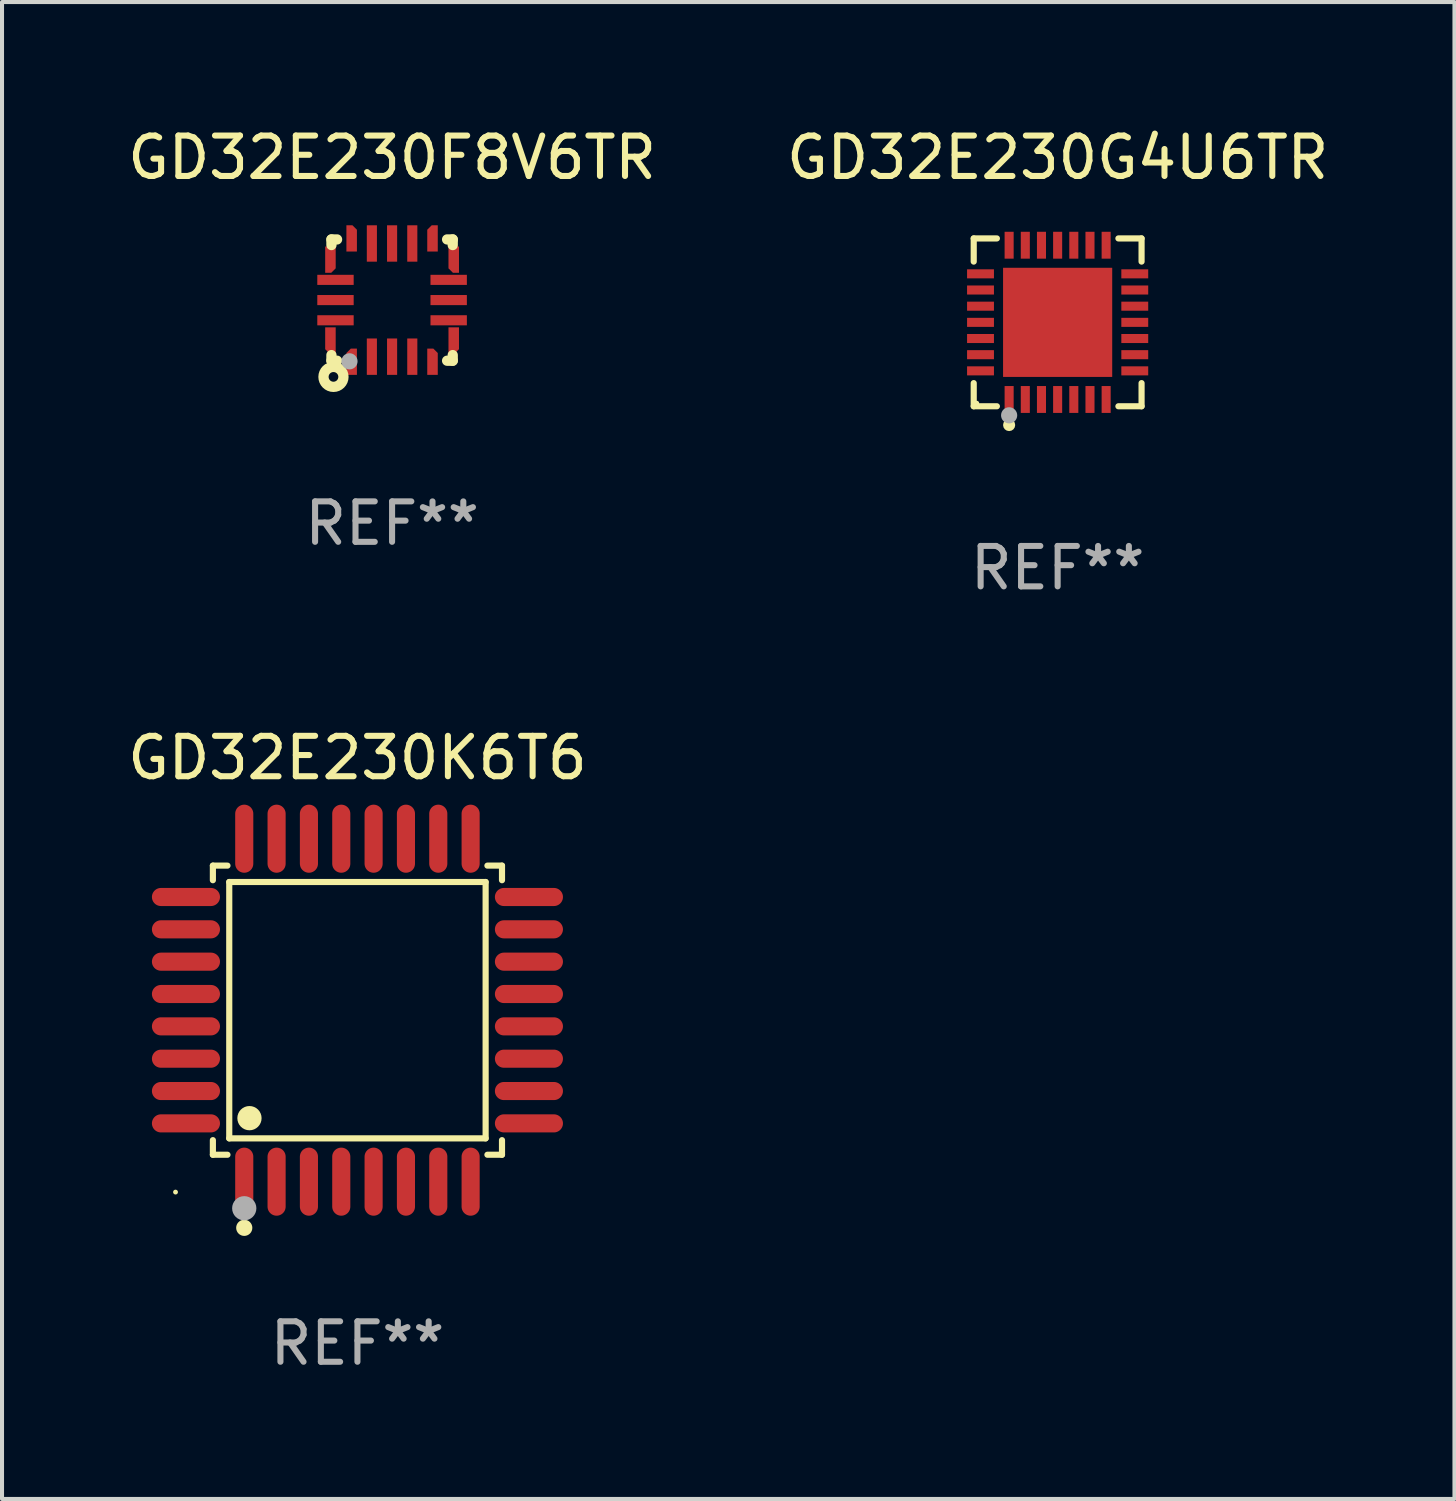
<source format=kicad_pcb>
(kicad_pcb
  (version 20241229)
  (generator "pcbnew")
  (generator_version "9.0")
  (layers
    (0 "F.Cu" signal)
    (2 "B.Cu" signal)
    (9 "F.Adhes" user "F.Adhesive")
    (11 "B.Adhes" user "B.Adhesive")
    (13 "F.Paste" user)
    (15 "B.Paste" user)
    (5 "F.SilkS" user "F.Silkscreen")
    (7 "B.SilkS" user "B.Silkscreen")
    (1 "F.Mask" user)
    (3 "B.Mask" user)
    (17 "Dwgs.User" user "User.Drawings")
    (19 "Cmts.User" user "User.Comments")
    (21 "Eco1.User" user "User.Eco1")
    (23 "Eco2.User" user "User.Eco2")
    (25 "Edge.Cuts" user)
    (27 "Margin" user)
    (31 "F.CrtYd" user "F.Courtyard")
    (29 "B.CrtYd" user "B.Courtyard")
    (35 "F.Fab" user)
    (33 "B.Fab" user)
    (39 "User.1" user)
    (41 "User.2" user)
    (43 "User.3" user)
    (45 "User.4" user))
  (footprint "GD32E230F8V6TR"
    (layer "F.Cu")
    (at 6.649 4.373)
    (property "Reference" "GD32E230F8V6TR" (at 0 -3.525 0) (layer "F.SilkS") (effects (font (size 1 1) (thickness 0.15))))
    (attr through_hole)
    (fp_line (start -1.5 -1.5) (end -1.361 -1.5) (stroke (width 0.254) (type solid)) (layer "F.SilkS"))
    (fp_line (start -1.5 -1.361) (end -1.5 -1.5) (stroke (width 0.254) (type solid)) (layer "F.SilkS"))
    (fp_line (start -1.5 1.5) (end -1.5 1.361) (stroke (width 0.254) (type solid)) (layer "F.SilkS"))
    (fp_line (start -1.361 1.5) (end -1.5 1.5) (stroke (width 0.254) (type solid)) (layer "F.SilkS"))
    (fp_line (start 1.361 -1.5) (end 1.5 -1.5) (stroke (width 0.254) (type solid)) (layer "F.SilkS"))
    (fp_line (start 1.5 -1.5) (end 1.5 -1.361) (stroke (width 0.254) (type solid)) (layer "F.SilkS"))
    (fp_line (start 1.5 1.361) (end 1.5 1.5) (stroke (width 0.254) (type solid)) (layer "F.SilkS"))
    (fp_line (start 1.5 1.5) (end 1.361 1.5) (stroke (width 0.254) (type solid)) (layer "F.SilkS"))
    (fp_circle (center -1.5 1.5) (end -1.47 1.5) (stroke (width 0.06) (type solid)) (fill no) (layer "F.SilkS"))
    (fp_circle (center -1.45 1.9) (end -1.33 1.9) (stroke (width 0.254) (type solid)) (fill no) (layer "F.SilkS"))
    (fp_circle (center -1.054 1.515) (end -0.954 1.515) (stroke (width 0.2) (type solid)) (fill no) (layer "F.Fab"))
    (fp_text user "REF**" (at 0 5.525 0) (layer "F.Fab") (effects (font (size 1 1) (thickness 0.15))))
    (pad "1" smd custom (at -1 1.525) (size 0.26 0.65) (layers "F.Cu" "F.Mask" "F.Paste") (options (anchor circle)) (primitives (gr_poly (pts (xy -0.13 0.325) (xy 0.13 0.325) (xy 0.13 -0.325) (xy -0.02 -0.325) (xy -0.13 -0.215)) (width 0) (fill yes))))
    (pad "2" smd rect (at -0.5 1.4) (size 0.25 0.9) (layers "F.Cu" "F.Mask" "F.Paste"))
    (pad "3" smd rect (at 0.000076 1.4) (size 0.25 0.9) (layers "F.Cu" "F.Mask" "F.Paste"))
    (pad "4" smd rect (at 0.5 1.4) (size 0.25 0.9) (layers "F.Cu" "F.Mask" "F.Paste"))
    (pad "5" smd custom (at 1 1.525) (size 0.26 0.65) (layers "F.Cu" "F.Mask" "F.Paste") (options (anchor circle)) (primitives (gr_poly (pts (xy 0.13 0.325) (xy -0.13 0.325) (xy -0.13 -0.325) (xy 0.02 -0.325) (xy 0.13 -0.215)) (width 0) (fill yes))))
    (pad "6" smd custom (at 1.525 1 90) (size 0.26 0.65) (layers "F.Cu" "F.Mask" "F.Paste") (options (anchor circle)) (primitives (gr_poly (pts (xy 0.325 0.13) (xy 0.325 -0.13) (xy -0.325 -0.13) (xy -0.325 0.02) (xy -0.215 0.13)) (width 0) (fill yes))))
    (pad "7" smd rect (at 1.4 0.5 90) (size 0.25 0.9) (layers "F.Cu" "F.Mask" "F.Paste"))
    (pad "8" smd rect (at 1.4 0.000025 90) (size 0.25 0.9) (layers "F.Cu" "F.Mask" "F.Paste"))
    (pad "9" smd rect (at 1.4 -0.5 90) (size 0.25 0.9) (layers "F.Cu" "F.Mask" "F.Paste"))
    (pad "10" smd custom (at 1.525 -1 90) (size 0.26 0.65) (layers "F.Cu" "F.Mask" "F.Paste") (options (anchor circle)) (primitives (gr_poly (pts (xy 0.325 -0.13) (xy 0.325 0.13) (xy -0.325 0.13) (xy -0.325 -0.02) (xy -0.215 -0.13)) (width 0) (fill yes))))
    (pad "11" smd custom (at 1 -1.525 180) (size 0.26 0.65) (layers "F.Cu" "F.Mask" "F.Paste") (options (anchor circle)) (primitives (gr_poly (pts (xy 0.13 -0.325) (xy -0.13 -0.325) (xy -0.13 0.325) (xy 0.02 0.325) (xy 0.13 0.215)) (width 0) (fill yes))))
    (pad "12" smd rect (at 0.5 -1.4 180) (size 0.25 0.9) (layers "F.Cu" "F.Mask" "F.Paste"))
    (pad "13" smd rect (at 0.000076 -1.4 180) (size 0.25 0.9) (layers "F.Cu" "F.Mask" "F.Paste"))
    (pad "14" smd rect (at -0.5 -1.4 180) (size 0.25 0.9) (layers "F.Cu" "F.Mask" "F.Paste"))
    (pad "15" smd custom (at -1 -1.525 180) (size 0.26 0.65) (layers "F.Cu" "F.Mask" "F.Paste") (options (anchor circle)) (primitives (gr_poly (pts (xy -0.13 -0.325) (xy 0.13 -0.325) (xy 0.13 0.325) (xy -0.02 0.325) (xy -0.13 0.215)) (width 0) (fill yes))))
    (pad "16" smd custom (at -1.525 -1 270) (size 0.26 0.65) (layers "F.Cu" "F.Mask" "F.Paste") (options (anchor circle)) (primitives (gr_poly (pts (xy -0.325 -0.13) (xy -0.325 0.13) (xy 0.325 0.13) (xy 0.325 -0.02) (xy 0.215 -0.13)) (width 0) (fill yes))))
    (pad "17" smd rect (at -1.4 -0.5 270) (size 0.25 0.9) (layers "F.Cu" "F.Mask" "F.Paste"))
    (pad "18" smd rect (at -1.4 0.000025 270) (size 0.25 0.9) (layers "F.Cu" "F.Mask" "F.Paste"))
    (pad "19" smd rect (at -1.4 0.5 270) (size 0.25 0.9) (layers "F.Cu" "F.Mask" "F.Paste"))
    (pad "20" smd custom (at -1.525 1 270) (size 0.26 0.65) (layers "F.Cu" "F.Mask" "F.Paste") (options (anchor circle)) (primitives (gr_poly (pts (xy -0.325 0.13) (xy -0.325 -0.13) (xy 0.325 -0.13) (xy 0.325 0.02) (xy 0.215 0.13)) (width 0) (fill yes)))))
  (footprint "GD32E230G4U6TR"
    (layer "F.Cu")
    (at 23.113 4.924)
    (property "Reference" "GD32E230G4U6TR" (at 0 -4.076 0) (layer "F.SilkS") (effects (font (size 1 1) (thickness 0.15))))
    (attr through_hole)
    (fp_line (start -2.076 -2.076) (end -1.503 -2.076) (stroke (width 0.152) (type solid)) (layer "F.SilkS"))
    (fp_line (start -2.076 -1.503) (end -2.076 -2.076) (stroke (width 0.152) (type solid)) (layer "F.SilkS"))
    (fp_line (start -2.076 1.503) (end -2.076 2.076) (stroke (width 0.152) (type solid)) (layer "F.SilkS"))
    (fp_line (start -2.076 2.076) (end -1.503 2.076) (stroke (width 0.152) (type solid)) (layer "F.SilkS"))
    (fp_line (start 2.076 -2.076) (end 1.503 -2.076) (stroke (width 0.152) (type solid)) (layer "F.SilkS"))
    (fp_line (start 2.076 -1.503) (end 2.076 -2.076) (stroke (width 0.152) (type solid)) (layer "F.SilkS"))
    (fp_line (start 2.076 1.503) (end 2.076 2.076) (stroke (width 0.152) (type solid)) (layer "F.SilkS"))
    (fp_line (start 2.076 2.076) (end 1.503 2.076) (stroke (width 0.152) (type solid)) (layer "F.SilkS"))
    (fp_circle (center -2 2) (end -1.97 2) (stroke (width 0.06) (type solid)) (fill no) (layer "F.SilkS"))
    (fp_circle (center -1.2 2.54) (end -1.125 2.54) (stroke (width 0.15) (type solid)) (fill no) (layer "F.SilkS"))
    (fp_circle (center -1.2 2.3) (end -1.1 2.3) (stroke (width 0.2) (type solid)) (fill no) (layer "F.Fab"))
    (fp_text user "REF**" (at 0 6.076 0) (layer "F.Fab") (effects (font (size 1 1) (thickness 0.15))))
    (pad "1" smd rect (at -1.2 1.908) (size 0.224 0.665) (layers "F.Cu" "F.Mask" "F.Paste"))
    (pad "2" smd rect (at -0.8 1.908) (size 0.224 0.665) (layers "F.Cu" "F.Mask" "F.Paste"))
    (pad "3" smd rect (at -0.4 1.908) (size 0.224 0.665) (layers "F.Cu" "F.Mask" "F.Paste"))
    (pad "4" smd rect (at 0 1.908) (size 0.224 0.665) (layers "F.Cu" "F.Mask" "F.Paste"))
    (pad "5" smd rect (at 0.4 1.908) (size 0.224 0.665) (layers "F.Cu" "F.Mask" "F.Paste"))
    (pad "6" smd rect (at 0.8 1.908) (size 0.224 0.665) (layers "F.Cu" "F.Mask" "F.Paste"))
    (pad "7" smd rect (at 1.2 1.908) (size 0.224 0.665) (layers "F.Cu" "F.Mask" "F.Paste"))
    (pad "8" smd rect (at 1.908 1.2) (size 0.665 0.224) (layers "F.Cu" "F.Mask" "F.Paste"))
    (pad "9" smd rect (at 1.908 0.8) (size 0.665 0.224) (layers "F.Cu" "F.Mask" "F.Paste"))
    (pad "10" smd rect (at 1.908 0.4) (size 0.665 0.224) (layers "F.Cu" "F.Mask" "F.Paste"))
    (pad "11" smd rect (at 1.908 0) (size 0.665 0.224) (layers "F.Cu" "F.Mask" "F.Paste"))
    (pad "12" smd rect (at 1.908 -0.4) (size 0.665 0.224) (layers "F.Cu" "F.Mask" "F.Paste"))
    (pad "13" smd rect (at 1.908 -0.8) (size 0.665 0.224) (layers "F.Cu" "F.Mask" "F.Paste"))
    (pad "14" smd rect (at 1.908 -1.2) (size 0.665 0.224) (layers "F.Cu" "F.Mask" "F.Paste"))
    (pad "15" smd rect (at 1.2 -1.908) (size 0.224 0.665) (layers "F.Cu" "F.Mask" "F.Paste"))
    (pad "16" smd rect (at 0.8 -1.908) (size 0.224 0.665) (layers "F.Cu" "F.Mask" "F.Paste"))
    (pad "17" smd rect (at 0.4 -1.908) (size 0.224 0.665) (layers "F.Cu" "F.Mask" "F.Paste"))
    (pad "18" smd rect (at 0 -1.908) (size 0.224 0.665) (layers "F.Cu" "F.Mask" "F.Paste"))
    (pad "19" smd rect (at -0.4 -1.908) (size 0.224 0.665) (layers "F.Cu" "F.Mask" "F.Paste"))
    (pad "20" smd rect (at -0.8 -1.908) (size 0.224 0.665) (layers "F.Cu" "F.Mask" "F.Paste"))
    (pad "21" smd rect (at -1.2 -1.908) (size 0.224 0.665) (layers "F.Cu" "F.Mask" "F.Paste"))
    (pad "22" smd rect (at -1.908 -1.2) (size 0.665 0.224) (layers "F.Cu" "F.Mask" "F.Paste"))
    (pad "23" smd rect (at -1.908 -0.8) (size 0.665 0.224) (layers "F.Cu" "F.Mask" "F.Paste"))
    (pad "24" smd rect (at -1.908 -0.4) (size 0.665 0.224) (layers "F.Cu" "F.Mask" "F.Paste"))
    (pad "25" smd rect (at -1.908 0) (size 0.665 0.224) (layers "F.Cu" "F.Mask" "F.Paste"))
    (pad "26" smd rect (at -1.908 0.4) (size 0.665 0.224) (layers "F.Cu" "F.Mask" "F.Paste"))
    (pad "27" smd rect (at -1.908 0.8) (size 0.665 0.224) (layers "F.Cu" "F.Mask" "F.Paste"))
    (pad "28" smd rect (at -1.908 1.2) (size 0.665 0.224) (layers "F.Cu" "F.Mask" "F.Paste"))
    (pad "29" smd rect (at 0 0) (size 2.7 2.7) (layers "F.Cu" "F.Mask" "F.Paste")))
  (footprint "GD32E230K6T6"
    (layer "F.Cu")
    (at 5.792 21.939)
    (property "Reference" "GD32E230K6T6" (at 0 -6.242 0) (layer "F.SilkS") (effects (font (size 1 1) (thickness 0.15))))
    (attr through_hole)
    (fp_line (start -3.576 -3.576) (end -3.215 -3.576) (stroke (width 0.152) (type solid)) (layer "F.SilkS"))
    (fp_line (start -3.576 -3.215) (end -3.576 -3.576) (stroke (width 0.152) (type solid)) (layer "F.SilkS"))
    (fp_line (start -3.576 3.215) (end -3.576 3.576) (stroke (width 0.152) (type solid)) (layer "F.SilkS"))
    (fp_line (start -3.576 3.576) (end -3.215 3.576) (stroke (width 0.152) (type solid)) (layer "F.SilkS"))
    (fp_line (start -3.171 -3.171) (end 3.171 -3.171) (stroke (width 0.152) (type solid)) (layer "F.SilkS"))
    (fp_line (start -3.171 3.171) (end -3.171 -3.171) (stroke (width 0.152) (type solid)) (layer "F.SilkS"))
    (fp_line (start 3.171 -3.171) (end 3.171 3.171) (stroke (width 0.152) (type solid)) (layer "F.SilkS"))
    (fp_line (start 3.171 3.171) (end -3.171 3.171) (stroke (width 0.152) (type solid)) (layer "F.SilkS"))
    (fp_line (start 3.576 -3.576) (end 3.215 -3.576) (stroke (width 0.152) (type solid)) (layer "F.SilkS"))
    (fp_line (start 3.576 -3.215) (end 3.576 -3.576) (stroke (width 0.152) (type solid)) (layer "F.SilkS"))
    (fp_line (start 3.576 3.215) (end 3.576 3.576) (stroke (width 0.152) (type solid)) (layer "F.SilkS"))
    (fp_line (start 3.576 3.576) (end 3.215 3.576) (stroke (width 0.152) (type solid)) (layer "F.SilkS"))
    (fp_circle (center -4.5 4.5) (end -4.47 4.5) (stroke (width 0.06) (type solid)) (fill no) (layer "F.SilkS"))
    (fp_circle (center -2.8 5.384) (end -2.7 5.384) (stroke (width 0.2) (type solid)) (fill no) (layer "F.SilkS"))
    (fp_circle (center -2.671 2.671) (end -2.521 2.671) (stroke (width 0.3) (type solid)) (fill no) (layer "F.SilkS"))
    (fp_circle (center -2.8 4.9) (end -2.65 4.9) (stroke (width 0.3) (type solid)) (fill no) (layer "F.Fab"))
    (fp_text user "REF**" (at 0 8.242 0) (layer "F.Fab") (effects (font (size 1 1) (thickness 0.15))))
    (pad "1" smd oval (at -2.8 4.242) (size 0.448 1.684) (layers "F.Cu" "F.Mask" "F.Paste"))
    (pad "2" smd oval (at -2 4.242) (size 0.448 1.684) (layers "F.Cu" "F.Mask" "F.Paste"))
    (pad "3" smd oval (at -1.2 4.242) (size 0.448 1.684) (layers "F.Cu" "F.Mask" "F.Paste"))
    (pad "4" smd oval (at -0.4 4.242) (size 0.448 1.684) (layers "F.Cu" "F.Mask" "F.Paste"))
    (pad "5" smd oval (at 0.4 4.242) (size 0.448 1.684) (layers "F.Cu" "F.Mask" "F.Paste"))
    (pad "6" smd oval (at 1.2 4.242) (size 0.448 1.684) (layers "F.Cu" "F.Mask" "F.Paste"))
    (pad "7" smd oval (at 2 4.242) (size 0.448 1.684) (layers "F.Cu" "F.Mask" "F.Paste"))
    (pad "8" smd oval (at 2.8 4.242) (size 0.448 1.684) (layers "F.Cu" "F.Mask" "F.Paste"))
    (pad "9" smd oval (at 4.242 2.8) (size 1.684 0.448) (layers "F.Cu" "F.Mask" "F.Paste"))
    (pad "10" smd oval (at 4.242 2) (size 1.684 0.448) (layers "F.Cu" "F.Mask" "F.Paste"))
    (pad "11" smd oval (at 4.242 1.2) (size 1.684 0.448) (layers "F.Cu" "F.Mask" "F.Paste"))
    (pad "12" smd oval (at 4.242 0.4) (size 1.684 0.448) (layers "F.Cu" "F.Mask" "F.Paste"))
    (pad "13" smd oval (at 4.242 -0.4) (size 1.684 0.448) (layers "F.Cu" "F.Mask" "F.Paste"))
    (pad "14" smd oval (at 4.242 -1.2) (size 1.684 0.448) (layers "F.Cu" "F.Mask" "F.Paste"))
    (pad "15" smd oval (at 4.242 -2) (size 1.684 0.448) (layers "F.Cu" "F.Mask" "F.Paste"))
    (pad "16" smd oval (at 4.242 -2.8) (size 1.684 0.448) (layers "F.Cu" "F.Mask" "F.Paste"))
    (pad "17" smd oval (at 2.8 -4.242) (size 0.448 1.684) (layers "F.Cu" "F.Mask" "F.Paste"))
    (pad "18" smd oval (at 2 -4.242) (size 0.448 1.684) (layers "F.Cu" "F.Mask" "F.Paste"))
    (pad "19" smd oval (at 1.2 -4.242) (size 0.448 1.684) (layers "F.Cu" "F.Mask" "F.Paste"))
    (pad "20" smd oval (at 0.4 -4.242) (size 0.448 1.684) (layers "F.Cu" "F.Mask" "F.Paste"))
    (pad "21" smd oval (at -0.4 -4.242) (size 0.448 1.684) (layers "F.Cu" "F.Mask" "F.Paste"))
    (pad "22" smd oval (at -1.2 -4.242) (size 0.448 1.684) (layers "F.Cu" "F.Mask" "F.Paste"))
    (pad "23" smd oval (at -2 -4.242) (size 0.448 1.684) (layers "F.Cu" "F.Mask" "F.Paste"))
    (pad "24" smd oval (at -2.8 -4.242) (size 0.448 1.684) (layers "F.Cu" "F.Mask" "F.Paste"))
    (pad "25" smd oval (at -4.242 -2.8) (size 1.684 0.448) (layers "F.Cu" "F.Mask" "F.Paste"))
    (pad "26" smd oval (at -4.242 -2) (size 1.684 0.448) (layers "F.Cu" "F.Mask" "F.Paste"))
    (pad "27" smd oval (at -4.242 -1.2) (size 1.684 0.448) (layers "F.Cu" "F.Mask" "F.Paste"))
    (pad "28" smd oval (at -4.242 -0.4) (size 1.684 0.448) (layers "F.Cu" "F.Mask" "F.Paste"))
    (pad "29" smd oval (at -4.242 0.4) (size 1.684 0.448) (layers "F.Cu" "F.Mask" "F.Paste"))
    (pad "30" smd oval (at -4.242 1.2) (size 1.684 0.448) (layers "F.Cu" "F.Mask" "F.Paste"))
    (pad "31" smd oval (at -4.242 2) (size 1.684 0.448) (layers "F.Cu" "F.Mask" "F.Paste"))
    (pad "32" smd oval (at -4.242 2.8) (size 1.684 0.448) (layers "F.Cu" "F.Mask" "F.Paste")))
  (gr_rect
    (start -3 -3)
    (end 32.929 34.03)
    (stroke (width 0.1) (type default))
    (fill no)
    (layer "Edge.Cuts")))
</source>
